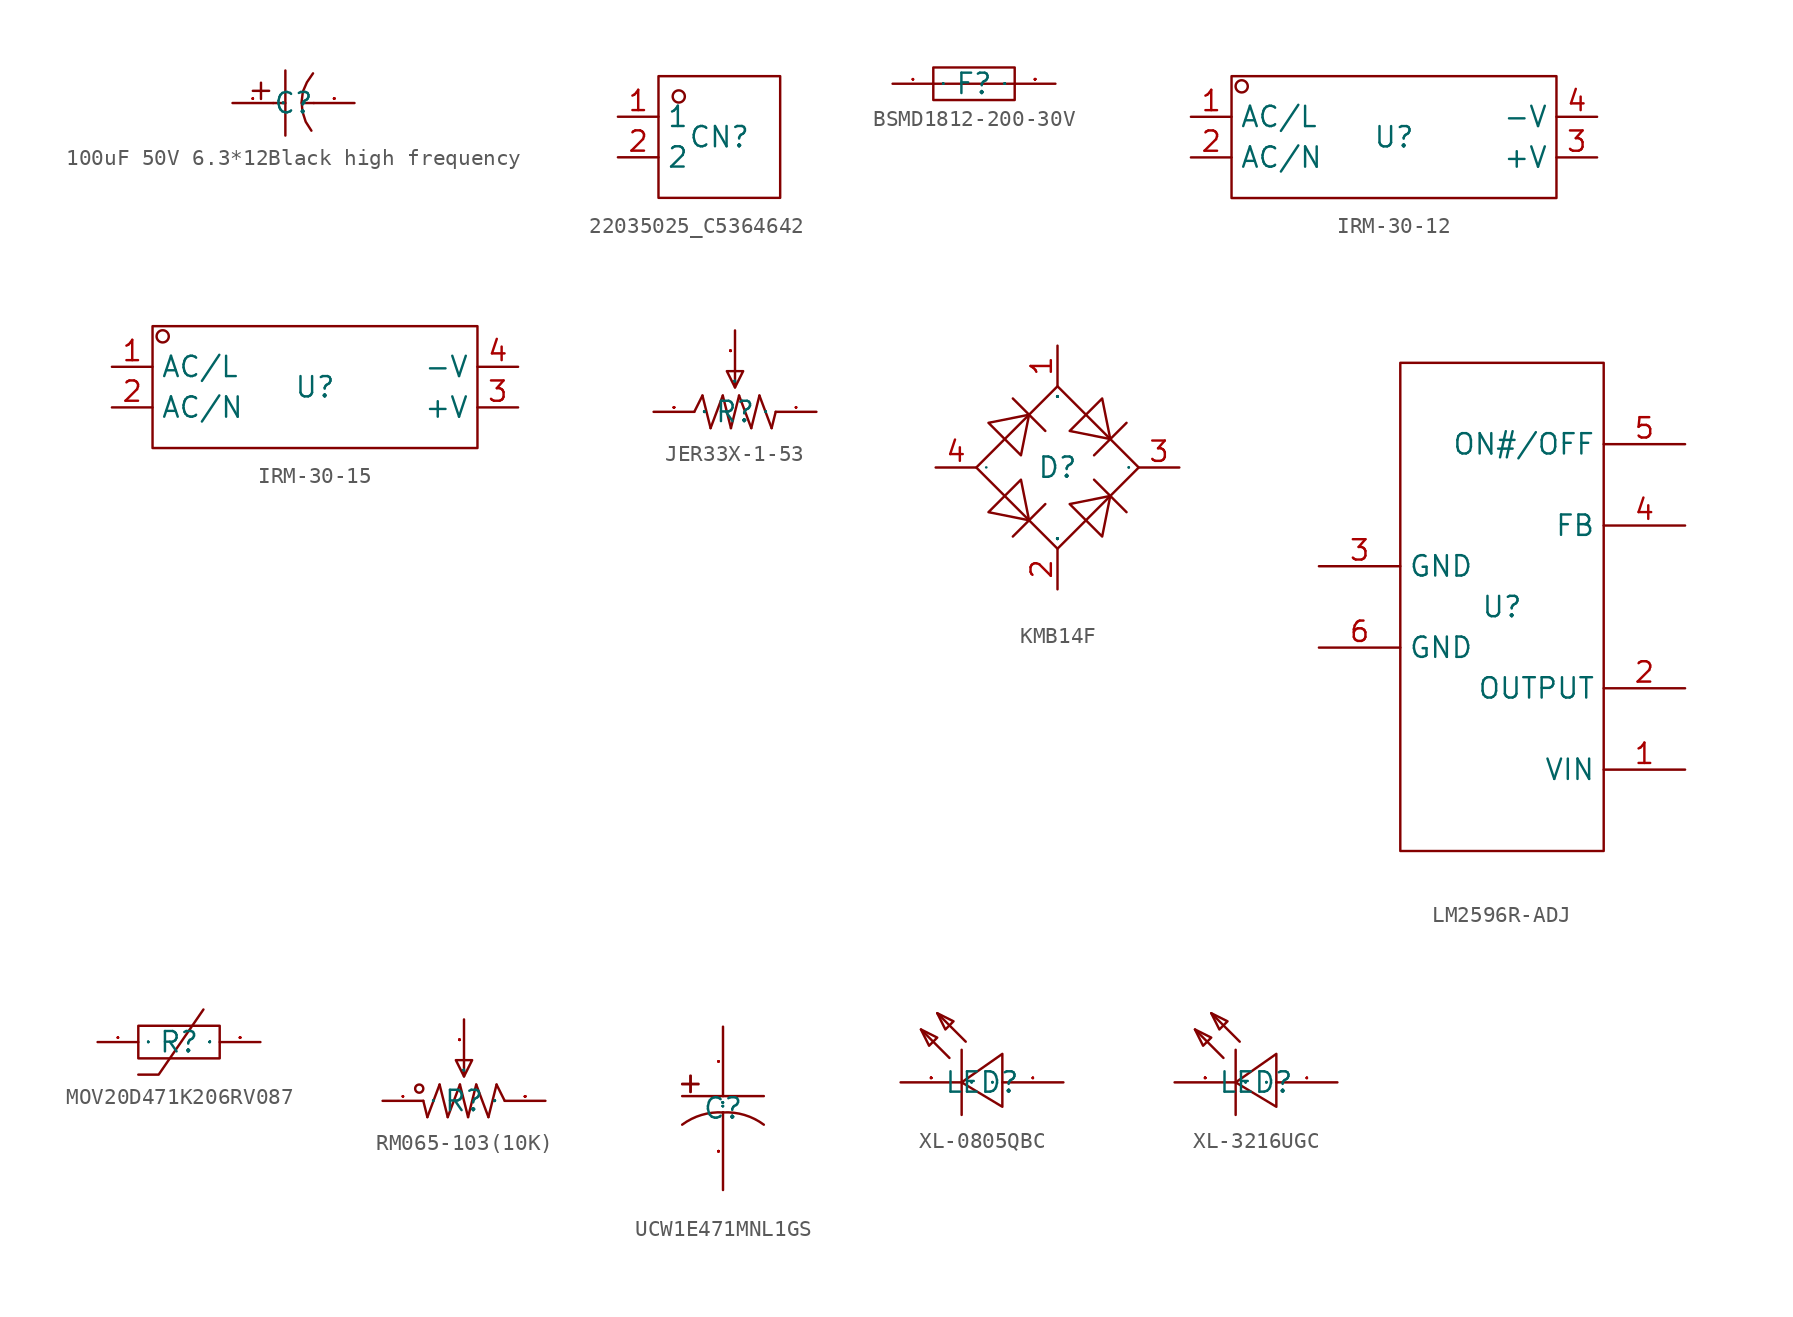
<source format=kicad_sym>
(kicad_symbol_lib
  (version 20241209)
  (generator "kicad_symbol_editor")
  (generator_version "9.0")
  (symbol "100uF 50V 6.3*12Black high frequency"
    (property "Reference" "C"
      (at 0 0 0)
      (effects (font (size 1.27 1.27))))
    (symbol "100uF 50V 6.3*12Black high frequency_1_0"
      (polyline (pts (xy -2.54 0.762) (xy -1.524 0.762)) (stroke (width 0) (type default)) (fill (type none)))
      (polyline (pts (xy -2.032 1.27) (xy -2.032 0.254)) (stroke (width 0) (type default)) (fill (type none)))
      (polyline (pts (xy -1.27 0) (xy -0.508 0)) (stroke (width 0) (type default)) (fill (type none)))
      (polyline (pts (xy -0.508 2.032) (xy -0.508 -2.032)) (stroke (width 0) (type default)) (fill (type none)))
      (polyline (pts (xy 0.508 0) (xy 1.27 0)) (stroke (width 0) (type default)) (fill (type none)))
      (polyline (pts (xy 1.219 1.854) (xy 0.838 1.295) (xy 0.838 1.295) (xy 0.584 0.711) (xy 0.584 0.711) (xy 0.508 0.076) (xy 0.508 0.076) (xy 0.559 -0.533) (xy 0.559 -0.533) (xy 0.762 -1.168) (xy 0.762 -1.168) (xy 1.118 -1.727)) (stroke (width 0) (type default)) (fill (type none)))
      (pin input line (at -3.81 0 0) (length 2.54) (name "1" (effects (font (size 0.025 0.025)))) (number "1" (effects (font (size 0.025 0.025)))))
      (pin input line (at 3.81 0 180) (length 2.54) (name "2" (effects (font (size 0.025 0.025)))) (number "2" (effects (font (size 0.025 0.025)))))))
  (symbol "22035025_C5364642"
    (property "Reference" "CN"
      (at 0 0 0)
      (effects (font (size 1.27 1.27))))
    (property "Value" ""
      (at 0 0 0)
      (effects (font (size 1.27 1.27))))
    (symbol "22035025_C5364642_1_0"
      (rectangle (start -3.81 -3.81) (end 3.81 3.81) (stroke (width 0) (type default)) (fill (type none)))
      (circle (center -2.54 2.54) (radius 0.381) (stroke (width 0) (type default)) (fill (type none)))
      (pin unspecified line (at -6.35 1.27 0) (length 2.54) (name "1" (effects (font (size 1.27 1.27)))) (number "1" (effects (font (size 1.27 1.27)))))
      (pin unspecified line (at -6.35 -1.27 0) (length 2.54) (name "2" (effects (font (size 1.27 1.27)))) (number "2" (effects (font (size 1.27 1.27)))))))
  (symbol "BSMD1812-200-30V"
    (property "Reference" "F"
      (at 0 0 0)
      (effects (font (size 1.27 1.27))))
    (property "Value" ""
      (at 0 0 0)
      (effects (font (size 1.27 1.27))))
    (symbol "BSMD1812-200-30V_1_0"
      (rectangle (start -2.54 1.016) (end 2.54 -1.016) (stroke (width 0) (type default)) (fill (type none)))
      (polyline (pts (xy -2.54 0) (xy 2.54 0)) (stroke (width 0) (type default)) (fill (type none)))
      (pin unspecified line (at -5.08 0 0) (length 2.54) (name "1" (effects (font (size 0.025 0.025)))) (number "1" (effects (font (size 0.025 0.025)))))
      (pin unspecified line (at 5.08 0 180) (length 2.54) (name "2" (effects (font (size 0.025 0.025)))) (number "2" (effects (font (size 0.025 0.025)))))))
  (symbol "IRM-30-12"
    (property "Reference" "U"
      (at 0 0 0)
      (effects (font (size 1.27 1.27))))
    (property "Value" ""
      (at 0 0 0)
      (effects (font (size 1.27 1.27))))
    (symbol "IRM-30-12_1_0"
      (rectangle (start -10.16 -3.81) (end 10.16 3.81) (stroke (width 0) (type default)) (fill (type none)))
      (circle (center -9.525 3.175) (radius 0.381) (stroke (width 0) (type default)) (fill (type none)))
      (pin unspecified line (at -12.7 1.27 0) (length 2.54) (name "AC/L" (effects (font (size 1.27 1.27)))) (number "1" (effects (font (size 1.27 1.27)))))
      (pin unspecified line (at -12.7 -1.27 0) (length 2.54) (name "AC/N" (effects (font (size 1.27 1.27)))) (number "2" (effects (font (size 1.27 1.27)))))
      (pin unspecified line (at 12.7 1.27 180) (length 2.54) (name "-V" (effects (font (size 1.27 1.27)))) (number "4" (effects (font (size 1.27 1.27)))))
      (pin unspecified line (at 12.7 -1.27 180) (length 2.54) (name "+V" (effects (font (size 1.27 1.27)))) (number "3" (effects (font (size 1.27 1.27)))))))
  (symbol "IRM-30-15"
    (property "Reference" "U"
      (at 0 0 0)
      (effects (font (size 1.27 1.27))))
    (property "Value" ""
      (at 0 0 0)
      (effects (font (size 1.27 1.27))))
    (symbol "IRM-30-15_1_0"
      (rectangle (start -10.16 -3.81) (end 10.16 3.81) (stroke (width 0) (type default)) (fill (type none)))
      (circle (center -9.525 3.175) (radius 0.381) (stroke (width 0) (type default)) (fill (type none)))
      (pin unspecified line (at -12.7 1.27 0) (length 2.54) (name "AC/L" (effects (font (size 1.27 1.27)))) (number "1" (effects (font (size 1.27 1.27)))))
      (pin unspecified line (at -12.7 -1.27 0) (length 2.54) (name "AC/N" (effects (font (size 1.27 1.27)))) (number "2" (effects (font (size 1.27 1.27)))))
      (pin unspecified line (at 12.7 1.27 180) (length 2.54) (name "-V" (effects (font (size 1.27 1.27)))) (number "4" (effects (font (size 1.27 1.27)))))
      (pin unspecified line (at 12.7 -1.27 180) (length 2.54) (name "+V" (effects (font (size 1.27 1.27)))) (number "3" (effects (font (size 1.27 1.27)))))))
  (symbol "JER33X-1-53"
    (property "Reference" "R"
      (at 0 0 0)
      (effects (font (size 1.27 1.27))))
    (symbol "JER33X-1-53_1_0"
      (polyline (pts (xy -2.54 0) (xy -2.032 1.016)) (stroke (width 0) (type default)) (fill (type none)))
      (polyline (pts (xy -2.032 1.016) (xy -1.524 -1.016)) (stroke (width 0) (type default)) (fill (type none)))
      (polyline (pts (xy -1.524 -1.016) (xy -0.762 1.016)) (stroke (width 0) (type default)) (fill (type none)))
      (polyline (pts (xy -0.762 1.016) (xy -0.254 -1.016)) (stroke (width 0) (type default)) (fill (type none)))
      (polyline (pts (xy -0.508 2.54) (xy 0 1.524) (xy 0 1.524) (xy 0.508 2.54) (xy 0.508 2.54) (xy -0.508 2.54)) (stroke (width 0) (type default)) (fill (type none)))
      (polyline (pts (xy -0.254 -1.016) (xy 0.254 1.016)) (stroke (width 0) (type default)) (fill (type none)))
      (polyline (pts (xy 0 2.54) (xy 0 1.524)) (stroke (width 0) (type default)) (fill (type none)))
      (polyline (pts (xy 0.254 1.016) (xy 1.016 -1.016)) (stroke (width 0) (type default)) (fill (type none)))
      (polyline (pts (xy 1.016 -1.016) (xy 1.524 1.016)) (stroke (width 0) (type default)) (fill (type none)))
      (polyline (pts (xy 1.524 1.016) (xy 2.286 -1.016)) (stroke (width 0) (type default)) (fill (type none)))
      (polyline (pts (xy 2.286 -1.016) (xy 2.54 0)) (stroke (width 0) (type default)) (fill (type none)))
      (pin unspecified line (at -5.08 0 0) (length 2.54) (name "3" (effects (font (size 0.025 0.025)))) (number "3" (effects (font (size 0.025 0.025)))))
      (pin unspecified line (at 0 5.08 270) (length 2.54) (name "2" (effects (font (size 0.025 0.025)))) (number "2" (effects (font (size 0.025 0.025)))))
      (pin unspecified line (at 5.08 0 180) (length 2.54) (name "1" (effects (font (size 0.025 0.025)))) (number "1" (effects (font (size 0.025 0.025)))))))
  (symbol "KMB14F"
    (property "Reference" "D"
      (at 0 0 0)
      (effects (font (size 1.27 1.27))))
    (property "Value" ""
      (at 0 0 0)
      (effects (font (size 1.27 1.27))))
    (symbol "KMB14F_1_0"
      (polyline (pts (xy -4.318 2.794) (xy -1.778 3.302) (xy -1.778 3.302) (xy -2.286 0.762) (xy -2.286 0.762) (xy -4.318 2.794)) (stroke (width 0) (type default)) (fill (type none)))
      (polyline (pts (xy -2.794 4.318) (xy -0.762 2.286)) (stroke (width 0) (type default)) (fill (type none)))
      (polyline (pts (xy -2.286 -0.762) (xy -1.778 -3.302) (xy -1.778 -3.302) (xy -4.318 -2.794) (xy -4.318 -2.794) (xy -2.286 -0.762)) (stroke (width 0) (type default)) (fill (type none)))
      (polyline (pts (xy -0.762 -2.286) (xy -2.794 -4.318)) (stroke (width 0) (type default)) (fill (type none)))
      (polyline (pts (xy 0 5.08) (xy -5.08 0) (xy -5.08 0) (xy 0 -5.08) (xy 0 -5.08) (xy 5.08 0) (xy 5.08 0) (xy 0 5.08)) (stroke (width 0) (type default)) (fill (type none)))
      (polyline (pts (xy 0.762 -2.286) (xy 3.302 -1.778) (xy 3.302 -1.778) (xy 2.794 -4.318) (xy 2.794 -4.318) (xy 0.762 -2.286)) (stroke (width 0) (type default)) (fill (type none)))
      (polyline (pts (xy 2.286 -0.762) (xy 4.318 -2.794)) (stroke (width 0) (type default)) (fill (type none)))
      (polyline (pts (xy 2.794 4.318) (xy 3.302 1.778) (xy 3.302 1.778) (xy 0.762 2.286) (xy 0.762 2.286) (xy 2.794 4.318)) (stroke (width 0) (type default)) (fill (type none)))
      (polyline (pts (xy 4.318 2.794) (xy 2.286 0.762)) (stroke (width 0) (type default)) (fill (type none)))
      (pin unspecified line (at -7.62 0 0) (length 2.54) (name "-" (effects (font (size 0.025 0.025)))) (number "4" (effects (font (size 1.27 1.27)))))
      (pin unspecified line (at 0 7.62 270) (length 2.54) (name "C1" (effects (font (size 0.025 0.025)))) (number "1" (effects (font (size 1.27 1.27)))))
      (pin unspecified line (at 0 -7.62 90) (length 2.54) (name "C2" (effects (font (size 0.025 0.025)))) (number "2" (effects (font (size 1.27 1.27)))))
      (pin unspecified line (at 7.62 0 180) (length 2.54) (name "+" (effects (font (size 0.025 0.025)))) (number "3" (effects (font (size 1.27 1.27)))))))
  (symbol "LM2596R-ADJ"
    (property "Reference" "U"
      (at 0 0 0)
      (effects (font (size 1.27 1.27))))
    (property "Value" ""
      (at 0 0 0)
      (effects (font (size 1.27 1.27))))
    (symbol "LM2596R-ADJ_1_0"
      (rectangle (start -6.35 -15.24) (end 6.35 15.24) (stroke (width 0) (type default)) (fill (type none)))
      (pin unspecified line (at -11.43 2.54 0) (length 5.08) (name "GND" (effects (font (size 1.27 1.27)))) (number "3" (effects (font (size 1.27 1.27)))))
      (pin unspecified line (at -11.43 -2.54 0) (length 5.08) (name "GND" (effects (font (size 1.27 1.27)))) (number "6" (effects (font (size 1.27 1.27)))))
      (pin unspecified line (at 11.43 10.16 180) (length 5.08) (name "ON#/OFF" (effects (font (size 1.27 1.27)))) (number "5" (effects (font (size 1.27 1.27)))))
      (pin unspecified line (at 11.43 5.08 180) (length 5.08) (name "FB" (effects (font (size 1.27 1.27)))) (number "4" (effects (font (size 1.27 1.27)))))
      (pin unspecified line (at 11.43 -5.08 180) (length 5.08) (name "OUTPUT" (effects (font (size 1.27 1.27)))) (number "2" (effects (font (size 1.27 1.27)))))
      (pin unspecified line (at 11.43 -10.16 180) (length 5.08) (name "VIN" (effects (font (size 1.27 1.27)))) (number "1" (effects (font (size 1.27 1.27)))))))
  (symbol "MOV20D471K206RV087"
    (property "Reference" "R"
      (at 0 0 0)
      (effects (font (size 1.27 1.27))))
    (symbol "MOV20D471K206RV087_1_0"
      (rectangle (start -2.54 1.016) (end 2.54 -1.016) (stroke (width 0) (type default)) (fill (type none)))
      (polyline (pts (xy 1.524 2.032) (xy -1.27 -2.032) (xy -1.27 -2.032) (xy -2.54 -2.032)) (stroke (width 0) (type default)) (fill (type none)))
      (pin unspecified line (at -5.08 0 0) (length 2.54) (name "1" (effects (font (size 0.025 0.025)))) (number "1" (effects (font (size 0.025 0.025)))))
      (pin unspecified line (at 5.08 0 180) (length 2.54) (name "2" (effects (font (size 0.025 0.025)))) (number "2" (effects (font (size 0.025 0.025)))))))
  (symbol "RM065-103(10K)"
    (property "Reference" "R"
      (at 0 0 0)
      (effects (font (size 1.27 1.27))))
    (symbol "RM065-103(10K)_1_0"
      (circle (center -2.794 0.762) (radius 0.254) (stroke (width 0) (type default)) (fill (type none)))
      (polyline (pts (xy -2.286 -1.016) (xy -2.54 0)) (stroke (width 0) (type default)) (fill (type none)))
      (polyline (pts (xy -1.524 1.016) (xy -2.286 -1.016)) (stroke (width 0) (type default)) (fill (type none)))
      (polyline (pts (xy -1.016 -1.016) (xy -1.524 1.016)) (stroke (width 0) (type default)) (fill (type none)))
      (polyline (pts (xy -0.254 1.016) (xy -1.016 -1.016)) (stroke (width 0) (type default)) (fill (type none)))
      (polyline (pts (xy 0 2.54) (xy 0 1.524)) (stroke (width 0) (type default)) (fill (type none)))
      (polyline (pts (xy 0.254 -1.016) (xy -0.254 1.016)) (stroke (width 0) (type default)) (fill (type none)))
      (polyline (pts (xy 0.508 2.54) (xy 0 1.524) (xy 0 1.524) (xy -0.508 2.54) (xy -0.508 2.54) (xy 0.508 2.54)) (stroke (width 0) (type default)) (fill (type none)))
      (polyline (pts (xy 0.762 1.016) (xy 0.254 -1.016)) (stroke (width 0) (type default)) (fill (type none)))
      (polyline (pts (xy 1.524 -1.016) (xy 0.762 1.016)) (stroke (width 0) (type default)) (fill (type none)))
      (polyline (pts (xy 2.032 1.016) (xy 1.524 -1.016)) (stroke (width 0) (type default)) (fill (type none)))
      (polyline (pts (xy 2.54 0) (xy 2.032 1.016)) (stroke (width 0) (type default)) (fill (type none)))
      (pin unspecified line (at -5.08 0 0) (length 2.54) (name "1" (effects (font (size 0.025 0.025)))) (number "1" (effects (font (size 0.025 0.025)))))
      (pin unspecified line (at 0 5.08 270) (length 2.54) (name "2" (effects (font (size 0.025 0.025)))) (number "2" (effects (font (size 0.025 0.025)))))
      (pin unspecified line (at 5.08 0 180) (length 2.54) (name "3" (effects (font (size 0.025 0.025)))) (number "3" (effects (font (size 0.025 0.025)))))))
  (symbol "UCW1E471MNL1GS"
    (property "Reference" "C"
      (at 0 0 0)
      (effects (font (size 1.27 1.27))))
    (symbol "UCW1E471MNL1GS_1_0"
      (rectangle (start -2.54 1.499) (end -1.524 1.524) (stroke (width 0) (type default)) (fill (type none)))
      (polyline (pts (xy -2.54 0.762) (xy 2.54 0.762)) (stroke (width 0) (type default)) (fill (type none)))
      (rectangle (start -2.032 1.016) (end -2.007 2.032) (stroke (width 0) (type default)) (fill (type none)))
      (arc (start -2.54 -1.016) (mid -1.3208 -0.4064) (end 0 -0.254) (stroke (width 0) (type default)) (fill (type none)))
      (arc (start 0 -0.254) (mid 1.3208 -0.4064) (end 2.54 -1.016) (stroke (width 0) (type default)) (fill (type none)))
      (pin unspecified line (at 0 5.08 270) (length 4.318) (name "1" (effects (font (size 0.025 0.025)))) (number "1" (effects (font (size 0.025 0.025)))))
      (pin unspecified line (at 0 -5.08 90) (length 4.826) (name "2" (effects (font (size 0.025 0.025)))) (number "2" (effects (font (size 0.025 0.025)))))))
  (symbol "XL-0805QBC"
    (property "Reference" "LED"
      (at 0 0 0)
      (effects (font (size 1.27 1.27))))
    (property "Value" ""
      (at 0 0 0)
      (effects (font (size 1.27 1.27))))
    (symbol "XL-0805QBC_1_0"
      (polyline (pts (xy -3.81 3.302) (xy -2.794 2.794) (xy -2.794 2.794) (xy -3.302 2.286) (xy -3.302 2.286) (xy -3.81 3.302)) (stroke (width 0) (type default)) (fill (type none)))
      (polyline (pts (xy -2.794 4.318) (xy -1.778 3.81) (xy -1.778 3.81) (xy -2.286 3.302) (xy -2.286 3.302) (xy -2.794 4.318)) (stroke (width 0) (type default)) (fill (type none)))
      (polyline (pts (xy -2.032 1.524) (xy -3.81 3.302)) (stroke (width 0) (type default)) (fill (type none)))
      (polyline (pts (xy -1.27 2.032) (xy -1.27 -2.032)) (stroke (width 0) (type default)) (fill (type none)))
      (polyline (pts (xy -1.016 2.54) (xy -2.794 4.318)) (stroke (width 0) (type default)) (fill (type none)))
      (polyline (pts (xy 1.27 -1.524) (xy -1.27 0) (xy -1.27 0) (xy 1.27 1.778) (xy 1.27 1.778) (xy 1.27 -1.524)) (stroke (width 0) (type default)) (fill (type none)))
      (pin unspecified line (at -5.08 0 0) (length 3.81) (name "K" (effects (font (size 0.025 0.025)))) (number "2" (effects (font (size 0.025 0.025)))))
      (pin unspecified line (at 5.08 0 180) (length 3.81) (name "A" (effects (font (size 0.025 0.025)))) (number "1" (effects (font (size 0.025 0.025)))))))
  (symbol "XL-3216UGC"
    (property "Reference" "LED"
      (at 0 0 0)
      (effects (font (size 1.27 1.27))))
    (property "Value" ""
      (at 0 0 0)
      (effects (font (size 1.27 1.27))))
    (symbol "XL-3216UGC_1_0"
      (polyline (pts (xy -3.81 3.302) (xy -2.794 2.794) (xy -2.794 2.794) (xy -3.302 2.286) (xy -3.302 2.286) (xy -3.81 3.302)) (stroke (width 0) (type default)) (fill (type none)))
      (polyline (pts (xy -2.794 4.318) (xy -1.778 3.81) (xy -1.778 3.81) (xy -2.286 3.302) (xy -2.286 3.302) (xy -2.794 4.318)) (stroke (width 0) (type default)) (fill (type none)))
      (polyline (pts (xy -2.032 1.524) (xy -3.81 3.302)) (stroke (width 0) (type default)) (fill (type none)))
      (polyline (pts (xy -1.27 2.032) (xy -1.27 -2.032)) (stroke (width 0) (type default)) (fill (type none)))
      (polyline (pts (xy -1.016 2.54) (xy -2.794 4.318)) (stroke (width 0) (type default)) (fill (type none)))
      (polyline (pts (xy 1.27 -1.524) (xy -1.27 0) (xy -1.27 0) (xy 1.27 1.778) (xy 1.27 1.778) (xy 1.27 -1.524)) (stroke (width 0) (type default)) (fill (type none)))
      (pin input line (at -5.08 0 0) (length 3.81) (name "K" (effects (font (size 0.025 0.025)))) (number "2" (effects (font (size 0.025 0.025)))))
      (pin input line (at 5.08 0 180) (length 3.81) (name "A" (effects (font (size 0.025 0.025)))) (number "1" (effects (font (size 0.025 0.025))))))))
</source>
